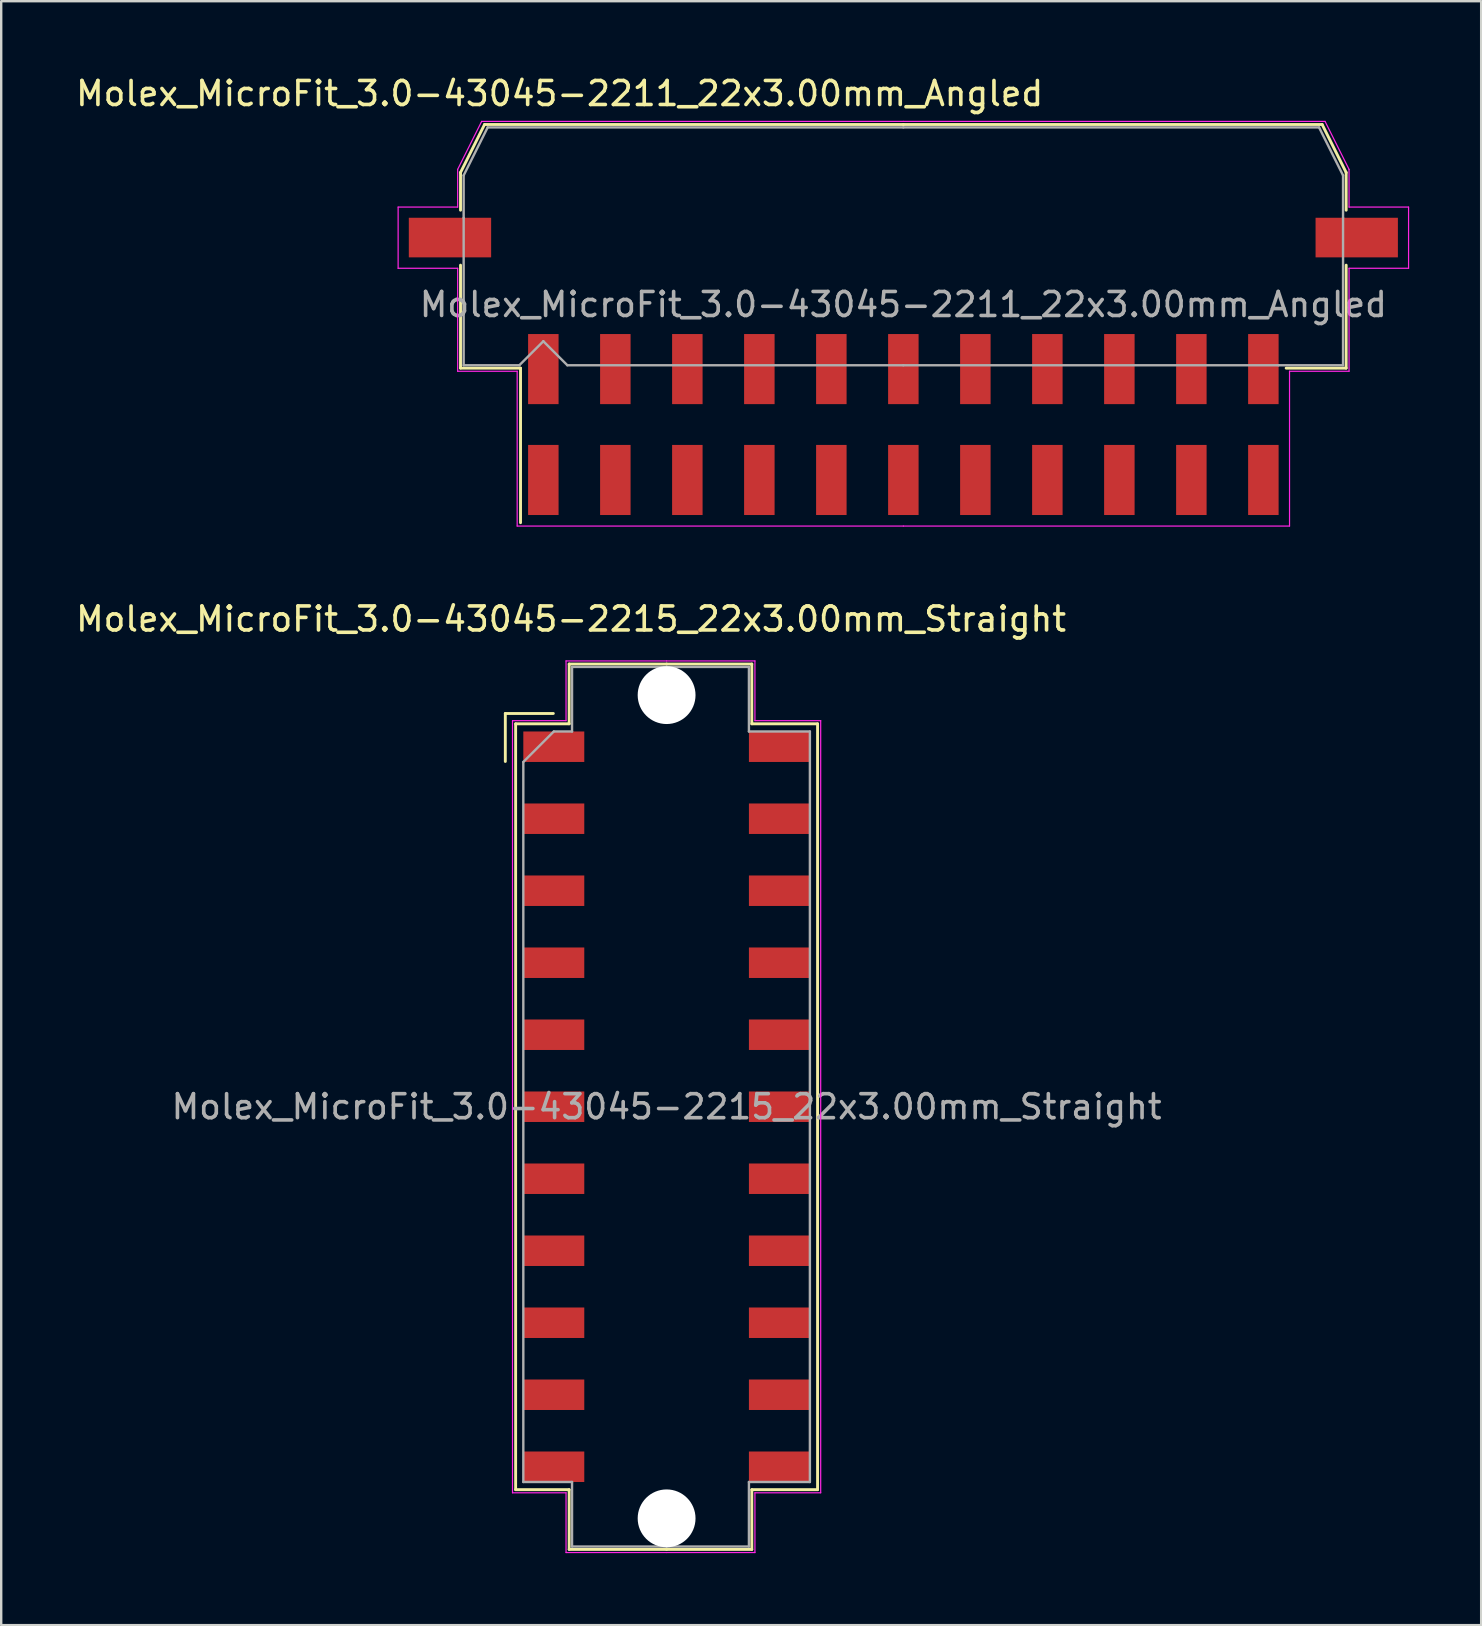
<source format=kicad_pcb>
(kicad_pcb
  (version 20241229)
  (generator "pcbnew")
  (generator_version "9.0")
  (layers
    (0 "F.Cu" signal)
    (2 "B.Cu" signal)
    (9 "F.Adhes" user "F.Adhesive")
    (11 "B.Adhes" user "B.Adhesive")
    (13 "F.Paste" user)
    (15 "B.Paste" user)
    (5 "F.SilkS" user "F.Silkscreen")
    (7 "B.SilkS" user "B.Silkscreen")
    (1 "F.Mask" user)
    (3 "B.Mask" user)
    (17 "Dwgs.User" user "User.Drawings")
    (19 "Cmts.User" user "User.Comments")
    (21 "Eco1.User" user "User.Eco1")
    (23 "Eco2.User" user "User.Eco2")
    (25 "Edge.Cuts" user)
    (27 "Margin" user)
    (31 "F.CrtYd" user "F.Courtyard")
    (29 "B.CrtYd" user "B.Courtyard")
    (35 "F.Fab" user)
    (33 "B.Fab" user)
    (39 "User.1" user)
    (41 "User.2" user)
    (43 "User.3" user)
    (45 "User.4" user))
  (footprint "Molex_MicroFit_3.0-43045-2215_22x3.00mm_Straight"
    (layer "F.Cu")
    (at 24.724 43.062)
    (property "Reference" "Molex_MicroFit_3.0-43045-2215_22x3.00mm_Straight" (at -3.98 -20.32 0) (layer "F.SilkS") (effects (font (size 1 1) (thickness 0.15))))
    (attr smd)
    (fp_line (start -6.72 -16.385) (end -6.72 -14.385) (stroke (width 0.12) (type solid)) (layer "F.SilkS"))
    (fp_line (start -6.29 -15.955) (end -4.06 -15.955) (stroke (width 0.12) (type solid)) (layer "F.SilkS"))
    (fp_line (start -6.29 15.955) (end -6.29 -15.955) (stroke (width 0.12) (type solid)) (layer "F.SilkS"))
    (fp_line (start -4.72 -16.385) (end -6.72 -16.385) (stroke (width 0.12) (type solid)) (layer "F.SilkS"))
    (fp_line (start -4.06 -18.445) (end 0 -18.445) (stroke (width 0.12) (type solid)) (layer "F.SilkS"))
    (fp_line (start -4.06 -15.955) (end -4.06 -18.445) (stroke (width 0.12) (type solid)) (layer "F.SilkS"))
    (fp_line (start -4.06 15.955) (end -6.29 15.955) (stroke (width 0.12) (type solid)) (layer "F.SilkS"))
    (fp_line (start -4.06 18.445) (end -4.06 15.955) (stroke (width 0.12) (type solid)) (layer "F.SilkS"))
    (fp_line (start 0 -18.445) (end 3.55 -18.445) (stroke (width 0.12) (type solid)) (layer "F.SilkS"))
    (fp_line (start 0 18.445) (end -4.06 18.445) (stroke (width 0.12) (type solid)) (layer "F.SilkS"))
    (fp_line (start 3.55 -18.445) (end 3.55 -15.955) (stroke (width 0.12) (type solid)) (layer "F.SilkS"))
    (fp_line (start 3.55 -15.955) (end 6.29 -15.955) (stroke (width 0.12) (type solid)) (layer "F.SilkS"))
    (fp_line (start 3.55 15.955) (end 3.55 18.445) (stroke (width 0.12) (type solid)) (layer "F.SilkS"))
    (fp_line (start 3.55 18.445) (end 0 18.445) (stroke (width 0.12) (type solid)) (layer "F.SilkS"))
    (fp_line (start 6.29 -15.955) (end 6.29 15.955) (stroke (width 0.12) (type solid)) (layer "F.SilkS"))
    (fp_line (start 6.29 15.955) (end 3.55 15.955) (stroke (width 0.12) (type solid)) (layer "F.SilkS"))
    (fp_line (start -6.42 -16.085) (end -4.19 -16.085) (stroke (width 0.05) (type solid)) (layer "F.CrtYd"))
    (fp_line (start -6.42 16.085) (end -6.42 -16.085) (stroke (width 0.05) (type solid)) (layer "F.CrtYd"))
    (fp_line (start -4.19 -18.575) (end 0 -18.575) (stroke (width 0.05) (type solid)) (layer "F.CrtYd"))
    (fp_line (start -4.19 -16.085) (end -4.19 -18.575) (stroke (width 0.05) (type solid)) (layer "F.CrtYd"))
    (fp_line (start -4.19 16.085) (end -6.42 16.085) (stroke (width 0.05) (type solid)) (layer "F.CrtYd"))
    (fp_line (start -4.19 18.575) (end -4.19 16.085) (stroke (width 0.05) (type solid)) (layer "F.CrtYd"))
    (fp_line (start 0 -18.575) (end 3.68 -18.575) (stroke (width 0.05) (type solid)) (layer "F.CrtYd"))
    (fp_line (start 0 18.575) (end -4.19 18.575) (stroke (width 0.05) (type solid)) (layer "F.CrtYd"))
    (fp_line (start 3.68 -18.575) (end 3.68 -16.085) (stroke (width 0.05) (type solid)) (layer "F.CrtYd"))
    (fp_line (start 3.68 -16.085) (end 6.42 -16.085) (stroke (width 0.05) (type solid)) (layer "F.CrtYd"))
    (fp_line (start 3.68 16.085) (end 3.68 18.575) (stroke (width 0.05) (type solid)) (layer "F.CrtYd"))
    (fp_line (start 3.68 18.575) (end 0 18.575) (stroke (width 0.05) (type solid)) (layer "F.CrtYd"))
    (fp_line (start 6.42 -16.085) (end 6.42 16.085) (stroke (width 0.05) (type solid)) (layer "F.CrtYd"))
    (fp_line (start 6.42 16.085) (end 3.68 16.085) (stroke (width 0.05) (type solid)) (layer "F.CrtYd"))
    (fp_line (start -5.97 -14.365) (end -4.7 -15.635) (stroke (width 0.1) (type solid)) (layer "F.Fab"))
    (fp_line (start -5.97 15.635) (end -5.97 -14.365) (stroke (width 0.1) (type solid)) (layer "F.Fab"))
    (fp_line (start -4.7 -15.635) (end -3.94 -15.635) (stroke (width 0.1) (type solid)) (layer "F.Fab"))
    (fp_line (start -3.94 -18.325) (end 0 -18.325) (stroke (width 0.1) (type solid)) (layer "F.Fab"))
    (fp_line (start -3.94 -15.635) (end -3.94 -18.325) (stroke (width 0.1) (type solid)) (layer "F.Fab"))
    (fp_line (start -3.94 15.635) (end -5.97 15.635) (stroke (width 0.1) (type solid)) (layer "F.Fab"))
    (fp_line (start -3.94 18.325) (end -3.94 15.635) (stroke (width 0.1) (type solid)) (layer "F.Fab"))
    (fp_line (start 0 -18.325) (end 3.43 -18.325) (stroke (width 0.1) (type solid)) (layer "F.Fab"))
    (fp_line (start 0 18.325) (end -3.94 18.325) (stroke (width 0.1) (type solid)) (layer "F.Fab"))
    (fp_line (start 3.43 -18.325) (end 3.43 -15.635) (stroke (width 0.1) (type solid)) (layer "F.Fab"))
    (fp_line (start 3.43 -15.635) (end 5.97 -15.635) (stroke (width 0.1) (type solid)) (layer "F.Fab"))
    (fp_line (start 3.43 15.635) (end 3.43 18.325) (stroke (width 0.1) (type solid)) (layer "F.Fab"))
    (fp_line (start 3.43 18.325) (end 0 18.325) (stroke (width 0.1) (type solid)) (layer "F.Fab"))
    (fp_line (start 5.97 -15.635) (end 5.97 15.635) (stroke (width 0.1) (type solid)) (layer "F.Fab"))
    (fp_line (start 5.97 15.635) (end 3.43 15.635) (stroke (width 0.1) (type solid)) (layer "F.Fab"))
    (fp_text user "${REFERENCE}" (at 0 0 0) (layer "F.Fab") (effects (font (size 1 1) (thickness 0.15))))
    (pad "" np_thru_hole circle (at 0 -17.15) (size 2.41 2.41) (drill 2.41) (layers "*.Cu"))
    (pad "" np_thru_hole circle (at 0 17.15) (size 2.41 2.41) (drill 2.41) (layers "*.Cu"))
    (pad "1" smd rect (at -4.7 -15) (size 2.54 1.27) (layers "F.Cu" "F.Mask" "F.Paste"))
    (pad "2" smd rect (at -4.7 -12) (size 2.54 1.27) (layers "F.Cu" "F.Mask" "F.Paste"))
    (pad "3" smd rect (at -4.7 -9) (size 2.54 1.27) (layers "F.Cu" "F.Mask" "F.Paste"))
    (pad "4" smd rect (at -4.7 -6) (size 2.54 1.27) (layers "F.Cu" "F.Mask" "F.Paste"))
    (pad "5" smd rect (at -4.7 -3) (size 2.54 1.27) (layers "F.Cu" "F.Mask" "F.Paste"))
    (pad "6" smd rect (at -4.7 0) (size 2.54 1.27) (layers "F.Cu" "F.Mask" "F.Paste"))
    (pad "7" smd rect (at -4.7 3) (size 2.54 1.27) (layers "F.Cu" "F.Mask" "F.Paste"))
    (pad "8" smd rect (at -4.7 6) (size 2.54 1.27) (layers "F.Cu" "F.Mask" "F.Paste"))
    (pad "9" smd rect (at -4.7 9) (size 2.54 1.27) (layers "F.Cu" "F.Mask" "F.Paste"))
    (pad "10" smd rect (at -4.7 12) (size 2.54 1.27) (layers "F.Cu" "F.Mask" "F.Paste"))
    (pad "11" smd rect (at -4.7 15) (size 2.54 1.27) (layers "F.Cu" "F.Mask" "F.Paste"))
    (pad "12" smd rect (at 4.7 15) (size 2.54 1.27) (layers "F.Cu" "F.Mask" "F.Paste"))
    (pad "13" smd rect (at 4.7 12) (size 2.54 1.27) (layers "F.Cu" "F.Mask" "F.Paste"))
    (pad "14" smd rect (at 4.7 9) (size 2.54 1.27) (layers "F.Cu" "F.Mask" "F.Paste"))
    (pad "15" smd rect (at 4.7 6) (size 2.54 1.27) (layers "F.Cu" "F.Mask" "F.Paste"))
    (pad "16" smd rect (at 4.7 3) (size 2.54 1.27) (layers "F.Cu" "F.Mask" "F.Paste"))
    (pad "17" smd rect (at 4.7 0) (size 2.54 1.27) (layers "F.Cu" "F.Mask" "F.Paste"))
    (pad "18" smd rect (at 4.7 -3) (size 2.54 1.27) (layers "F.Cu" "F.Mask" "F.Paste"))
    (pad "19" smd rect (at 4.7 -6) (size 2.54 1.27) (layers "F.Cu" "F.Mask" "F.Paste"))
    (pad "20" smd rect (at 4.7 -9) (size 2.54 1.27) (layers "F.Cu" "F.Mask" "F.Paste"))
    (pad "21" smd rect (at 4.7 -12) (size 2.54 1.27) (layers "F.Cu" "F.Mask" "F.Paste"))
    (pad "22" smd rect (at 4.7 -15) (size 2.54 1.27) (layers "F.Cu" "F.Mask" "F.Paste")))
  (footprint "Molex_MicroFit_3.0-43045-2211_22x3.00mm_Angled"
    (layer "F.Cu")
    (at 34.588 14.638)
    (property "Reference" "Molex_MicroFit_3.0-43045-2211_22x3.00mm_Angled" (at -14.32 -13.79 0) (layer "F.SilkS") (effects (font (size 1 1) (thickness 0.15))))
    (attr smd)
    (fp_line (start -18.45 -10.5) (end -18.45 -8.93) (stroke (width 0.12) (type solid)) (layer "F.SilkS"))
    (fp_line (start -18.45 -6.64) (end -18.45 -2.35) (stroke (width 0.12) (type solid)) (layer "F.SilkS"))
    (fp_line (start -18.45 -2.35) (end -15.95 -2.35) (stroke (width 0.12) (type solid)) (layer "F.SilkS"))
    (fp_line (start -17.45 -12.5) (end -18.45 -10.5) (stroke (width 0.12) (type solid)) (layer "F.SilkS"))
    (fp_line (start -15.95 -2.35) (end -15.95 4.09) (stroke (width 0.12) (type solid)) (layer "F.SilkS"))
    (fp_line (start 0 -12.5) (end -17.45 -12.5) (stroke (width 0.12) (type solid)) (layer "F.SilkS"))
    (fp_line (start 0 -12.5) (end 17.45 -12.5) (stroke (width 0.12) (type solid)) (layer "F.SilkS"))
    (fp_line (start 17.45 -12.5) (end 18.45 -10.5) (stroke (width 0.12) (type solid)) (layer "F.SilkS"))
    (fp_line (start 18.45 -10.5) (end 18.45 -8.93) (stroke (width 0.12) (type solid)) (layer "F.SilkS"))
    (fp_line (start 18.45 -6.64) (end 18.45 -2.35) (stroke (width 0.12) (type solid)) (layer "F.SilkS"))
    (fp_line (start 18.45 -2.35) (end 15.95 -2.35) (stroke (width 0.12) (type solid)) (layer "F.SilkS"))
    (fp_line (start -21.05 -9.06) (end -21.05 -6.51) (stroke (width 0.05) (type solid)) (layer "F.CrtYd"))
    (fp_line (start -21.05 -6.51) (end -18.57 -6.51) (stroke (width 0.05) (type solid)) (layer "F.CrtYd"))
    (fp_line (start -18.57 -10.63) (end -18.57 -9.06) (stroke (width 0.05) (type solid)) (layer "F.CrtYd"))
    (fp_line (start -18.57 -9.06) (end -21.05 -9.06) (stroke (width 0.05) (type solid)) (layer "F.CrtYd"))
    (fp_line (start -18.57 -6.51) (end -18.57 -2.22) (stroke (width 0.05) (type solid)) (layer "F.CrtYd"))
    (fp_line (start -18.57 -2.22) (end -16.09 -2.22) (stroke (width 0.05) (type solid)) (layer "F.CrtYd"))
    (fp_line (start -17.57 -12.63) (end -18.57 -10.63) (stroke (width 0.05) (type solid)) (layer "F.CrtYd"))
    (fp_line (start -16.09 -2.22) (end -16.09 4.23) (stroke (width 0.05) (type solid)) (layer "F.CrtYd"))
    (fp_line (start -16.09 4.23) (end 0 4.23) (stroke (width 0.05) (type solid)) (layer "F.CrtYd"))
    (fp_line (start 0 -12.63) (end -17.57 -12.63) (stroke (width 0.05) (type solid)) (layer "F.CrtYd"))
    (fp_line (start 0 -12.63) (end 17.57 -12.63) (stroke (width 0.05) (type solid)) (layer "F.CrtYd"))
    (fp_line (start 16.09 -2.22) (end 16.09 4.23) (stroke (width 0.05) (type solid)) (layer "F.CrtYd"))
    (fp_line (start 16.09 4.23) (end 0 4.23) (stroke (width 0.05) (type solid)) (layer "F.CrtYd"))
    (fp_line (start 17.57 -12.63) (end 18.57 -10.63) (stroke (width 0.05) (type solid)) (layer "F.CrtYd"))
    (fp_line (start 18.57 -10.63) (end 18.57 -9.06) (stroke (width 0.05) (type solid)) (layer "F.CrtYd"))
    (fp_line (start 18.57 -9.06) (end 21.05 -9.06) (stroke (width 0.05) (type solid)) (layer "F.CrtYd"))
    (fp_line (start 18.57 -6.51) (end 18.57 -2.22) (stroke (width 0.05) (type solid)) (layer "F.CrtYd"))
    (fp_line (start 18.57 -2.22) (end 16.09 -2.22) (stroke (width 0.05) (type solid)) (layer "F.CrtYd"))
    (fp_line (start 21.05 -9.06) (end 21.05 -6.51) (stroke (width 0.05) (type solid)) (layer "F.CrtYd"))
    (fp_line (start 21.05 -6.51) (end 18.57 -6.51) (stroke (width 0.05) (type solid)) (layer "F.CrtYd"))
    (fp_line (start -18.32 -10.38) (end -18.32 -8.61) (stroke (width 0.1) (type solid)) (layer "F.Fab"))
    (fp_line (start -18.32 -8.61) (end -18.32 -2.47) (stroke (width 0.1) (type solid)) (layer "F.Fab"))
    (fp_line (start -18.32 -2.47) (end -16 -2.47) (stroke (width 0.1) (type solid)) (layer "F.Fab"))
    (fp_line (start -17.32 -12.38) (end -18.32 -10.38) (stroke (width 0.1) (type solid)) (layer "F.Fab"))
    (fp_line (start -16 -2.47) (end -15 -3.47) (stroke (width 0.1) (type solid)) (layer "F.Fab"))
    (fp_line (start -15 -3.47) (end -14 -2.47) (stroke (width 0.1) (type solid)) (layer "F.Fab"))
    (fp_line (start -14 -2.47) (end 0 -2.47) (stroke (width 0.1) (type solid)) (layer "F.Fab"))
    (fp_line (start 0 -12.38) (end -17.32 -12.38) (stroke (width 0.1) (type solid)) (layer "F.Fab"))
    (fp_line (start 0 -12.38) (end 17.32 -12.38) (stroke (width 0.1) (type solid)) (layer "F.Fab"))
    (fp_line (start 15.63 -2.47) (end 0 -2.47) (stroke (width 0.1) (type solid)) (layer "F.Fab"))
    (fp_line (start 17.32 -12.38) (end 18.32 -10.38) (stroke (width 0.1) (type solid)) (layer "F.Fab"))
    (fp_line (start 18.32 -10.38) (end 18.32 -8.61) (stroke (width 0.1) (type solid)) (layer "F.Fab"))
    (fp_line (start 18.32 -8.61) (end 18.32 -2.47) (stroke (width 0.1) (type solid)) (layer "F.Fab"))
    (fp_line (start 18.32 -2.47) (end 15.63 -2.47) (stroke (width 0.1) (type solid)) (layer "F.Fab"))
    (fp_text user "${REFERENCE}" (at 0 -5 0) (layer "F.Fab") (effects (font (size 1 1) (thickness 0.15))))
    (pad "" smd rect (at -18.89 -7.79) (size 3.43 1.65) (layers "F.Cu" "F.Mask" "F.Paste"))
    (pad "" smd rect (at 18.89 -7.79) (size 3.43 1.65) (layers "F.Cu" "F.Mask" "F.Paste"))
    (pad "1" smd rect (at -15 -2.31) (size 1.27 2.92) (layers "F.Cu" "F.Mask" "F.Paste"))
    (pad "2" smd rect (at -12 -2.31) (size 1.27 2.92) (layers "F.Cu" "F.Mask" "F.Paste"))
    (pad "3" smd rect (at -9 -2.31) (size 1.27 2.92) (layers "F.Cu" "F.Mask" "F.Paste"))
    (pad "4" smd rect (at -6 -2.31) (size 1.27 2.92) (layers "F.Cu" "F.Mask" "F.Paste"))
    (pad "5" smd rect (at -3 -2.31) (size 1.27 2.92) (layers "F.Cu" "F.Mask" "F.Paste"))
    (pad "6" smd rect (at 0 -2.31) (size 1.27 2.92) (layers "F.Cu" "F.Mask" "F.Paste"))
    (pad "7" smd rect (at 3 -2.31) (size 1.27 2.92) (layers "F.Cu" "F.Mask" "F.Paste"))
    (pad "8" smd rect (at 6 -2.31) (size 1.27 2.92) (layers "F.Cu" "F.Mask" "F.Paste"))
    (pad "9" smd rect (at 9 -2.31) (size 1.27 2.92) (layers "F.Cu" "F.Mask" "F.Paste"))
    (pad "10" smd rect (at 12 -2.31) (size 1.27 2.92) (layers "F.Cu" "F.Mask" "F.Paste"))
    (pad "11" smd rect (at 15 -2.31) (size 1.27 2.92) (layers "F.Cu" "F.Mask" "F.Paste"))
    (pad "12" smd rect (at 15 2.31) (size 1.27 2.92) (layers "F.Cu" "F.Mask" "F.Paste"))
    (pad "13" smd rect (at 12 2.31) (size 1.27 2.92) (layers "F.Cu" "F.Mask" "F.Paste"))
    (pad "14" smd rect (at 9 2.31) (size 1.27 2.92) (layers "F.Cu" "F.Mask" "F.Paste"))
    (pad "15" smd rect (at 6 2.31) (size 1.27 2.92) (layers "F.Cu" "F.Mask" "F.Paste"))
    (pad "16" smd rect (at 3 2.31) (size 1.27 2.92) (layers "F.Cu" "F.Mask" "F.Paste"))
    (pad "17" smd rect (at 0 2.31) (size 1.27 2.92) (layers "F.Cu" "F.Mask" "F.Paste"))
    (pad "18" smd rect (at -3 2.31) (size 1.27 2.92) (layers "F.Cu" "F.Mask" "F.Paste"))
    (pad "19" smd rect (at -6 2.31) (size 1.27 2.92) (layers "F.Cu" "F.Mask" "F.Paste"))
    (pad "20" smd rect (at -9 2.31) (size 1.27 2.92) (layers "F.Cu" "F.Mask" "F.Paste"))
    (pad "21" smd rect (at -12 2.31) (size 1.27 2.92) (layers "F.Cu" "F.Mask" "F.Paste"))
    (pad "22" smd rect (at -15 2.31) (size 1.27 2.92) (layers "F.Cu" "F.Mask" "F.Paste")))
  (gr_rect
    (start -3 -3)
    (end 58.663 64.662)
    (stroke (width 0.1) (type default))
    (fill no)
    (layer "Edge.Cuts")))
</source>
